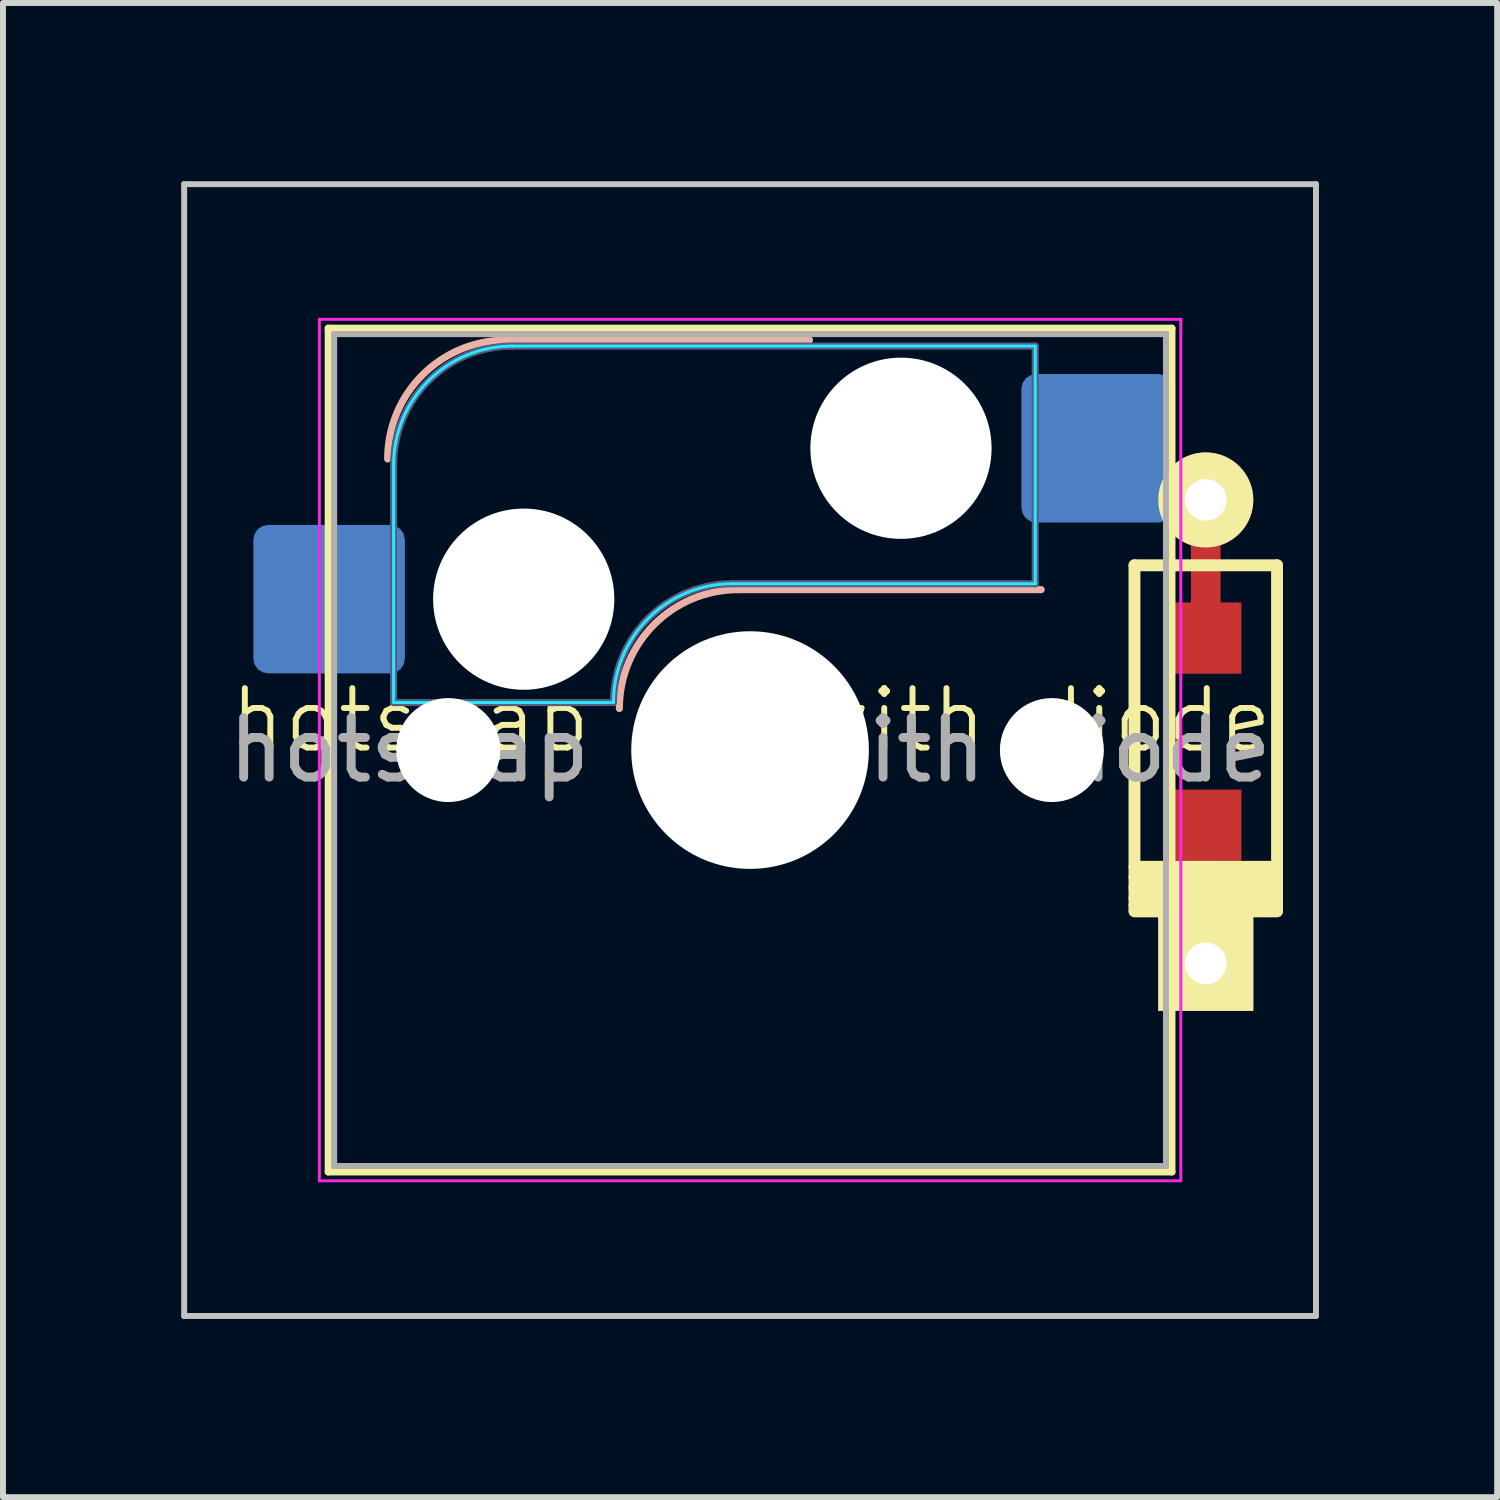
<source format=kicad_pcb>
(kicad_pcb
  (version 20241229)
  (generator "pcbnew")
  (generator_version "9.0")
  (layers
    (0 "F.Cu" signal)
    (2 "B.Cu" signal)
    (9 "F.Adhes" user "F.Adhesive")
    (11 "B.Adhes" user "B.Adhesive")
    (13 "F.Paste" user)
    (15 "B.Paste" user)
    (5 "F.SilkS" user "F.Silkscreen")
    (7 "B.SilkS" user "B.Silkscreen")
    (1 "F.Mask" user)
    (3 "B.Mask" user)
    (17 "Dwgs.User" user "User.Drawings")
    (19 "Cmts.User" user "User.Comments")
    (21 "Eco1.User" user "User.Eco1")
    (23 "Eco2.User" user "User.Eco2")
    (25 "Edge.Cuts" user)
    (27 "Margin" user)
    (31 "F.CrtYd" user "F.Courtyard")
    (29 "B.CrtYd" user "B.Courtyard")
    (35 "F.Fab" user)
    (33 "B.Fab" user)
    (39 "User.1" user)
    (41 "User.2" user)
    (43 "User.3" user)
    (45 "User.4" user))
  (footprint "hotswap mx with diode"
    (layer "F.Cu")
    (at 9.595 9.575)
    (property "Reference" "hotswap mx with diode" (at 0 -0.5 0) (unlocked yes) (layer "F.SilkS") (effects (font (size 1 1) (thickness 0.1))))
    (fp_line (start -7.12 -7.1) (end -7.12 7.1) (stroke (width 0.12) (type solid)) (layer "F.SilkS"))
    (fp_line (start -7.12 7.1) (end 7.08 7.1) (stroke (width 0.12) (type solid)) (layer "F.SilkS"))
    (fp_line (start 6.45 -3.11) (end 8.85 -3.11) (stroke (width 0.2) (type solid)) (layer "F.SilkS"))
    (fp_line (start 6.45 1.965) (end 8.85 1.965) (stroke (width 0.2) (type solid)) (layer "F.SilkS"))
    (fp_line (start 6.45 2.14) (end 8.85 2.14) (stroke (width 0.2) (type solid)) (layer "F.SilkS"))
    (fp_line (start 6.45 2.315) (end 8.85 2.315) (stroke (width 0.2) (type solid)) (layer "F.SilkS"))
    (fp_line (start 6.45 2.49) (end 8.85 2.49) (stroke (width 0.2) (type solid)) (layer "F.SilkS"))
    (fp_line (start 6.45 2.615) (end 8.85 2.615) (stroke (width 0.2) (type solid)) (layer "F.SilkS"))
    (fp_line (start 6.45 2.69) (end 6.45 -3.11) (stroke (width 0.2) (type solid)) (layer "F.SilkS"))
    (fp_line (start 7.08 -7.1) (end -7.12 -7.1) (stroke (width 0.12) (type solid)) (layer "F.SilkS"))
    (fp_line (start 7.08 7.1) (end 7.08 -7.1) (stroke (width 0.12) (type solid)) (layer "F.SilkS"))
    (fp_line (start 8.85 -3.11) (end 8.85 2.69) (stroke (width 0.2) (type solid)) (layer "F.SilkS"))
    (fp_line (start 8.85 2.715) (end 6.45 2.715) (stroke (width 0.2) (type solid)) (layer "F.SilkS"))
    (fp_line (start -4.12 -6.9) (end 0.98 -6.9) (stroke (width 0.12) (type solid)) (layer "B.SilkS"))
    (fp_line (start -0.22 -2.7) (end 4.88 -2.7) (stroke (width 0.12) (type solid)) (layer "B.SilkS"))
    (fp_arc (start -6.12 -4.9) (mid -5.534214 -6.314214) (end -4.12 -6.9) (stroke (width 0.12) (type solid)) (layer "B.SilkS"))
    (fp_arc (start -2.22 -0.7) (mid -1.634214 -2.114214) (end -0.22 -2.7) (stroke (width 0.12) (type solid)) (layer "B.SilkS"))
    (fp_line (start -9.545 -9.525) (end -9.545 9.525) (stroke (width 0.1) (type solid)) (layer "Dwgs.User"))
    (fp_line (start -9.545 9.525) (end 9.505 9.525) (stroke (width 0.1) (type solid)) (layer "Dwgs.User"))
    (fp_line (start 9.505 -9.525) (end -9.545 -9.525) (stroke (width 0.1) (type solid)) (layer "Dwgs.User"))
    (fp_line (start 9.505 9.525) (end 9.505 -9.525) (stroke (width 0.1) (type solid)) (layer "Dwgs.User"))
    (fp_line (start -7.82 -6) (end -7.02 -6) (stroke (width 0.1) (type solid)) (layer "Eco1.User"))
    (fp_line (start -7.82 -2.9) (end -7.82 -6) (stroke (width 0.1) (type solid)) (layer "Eco1.User"))
    (fp_line (start -7.82 2.9) (end -7.02 2.9) (stroke (width 0.1) (type solid)) (layer "Eco1.User"))
    (fp_line (start -7.82 6) (end -7.82 2.9) (stroke (width 0.1) (type solid)) (layer "Eco1.User"))
    (fp_line (start -7.02 -7) (end 6.98 -7) (stroke (width 0.1) (type solid)) (layer "Eco1.User"))
    (fp_line (start -7.02 -6) (end -7.02 -7) (stroke (width 0.1) (type solid)) (layer "Eco1.User"))
    (fp_line (start -7.02 -2.9) (end -7.82 -2.9) (stroke (width 0.1) (type solid)) (layer "Eco1.User"))
    (fp_line (start -7.02 2.9) (end -7.02 -2.9) (stroke (width 0.1) (type solid)) (layer "Eco1.User"))
    (fp_line (start -7.02 6) (end -7.82 6) (stroke (width 0.1) (type solid)) (layer "Eco1.User"))
    (fp_line (start -7.02 7) (end -7.02 6) (stroke (width 0.1) (type solid)) (layer "Eco1.User"))
    (fp_line (start 6.98 -7) (end 6.98 -6) (stroke (width 0.1) (type solid)) (layer "Eco1.User"))
    (fp_line (start 6.98 -6) (end 7.78 -6) (stroke (width 0.1) (type solid)) (layer "Eco1.User"))
    (fp_line (start 6.98 -2.9) (end 6.98 2.9) (stroke (width 0.1) (type solid)) (layer "Eco1.User"))
    (fp_line (start 6.98 2.9) (end 7.78 2.9) (stroke (width 0.1) (type solid)) (layer "Eco1.User"))
    (fp_line (start 6.98 6) (end 6.98 7) (stroke (width 0.1) (type solid)) (layer "Eco1.User"))
    (fp_line (start 6.98 7) (end -7.02 7) (stroke (width 0.1) (type solid)) (layer "Eco1.User"))
    (fp_line (start 7.78 -6) (end 7.78 -2.9) (stroke (width 0.1) (type solid)) (layer "Eco1.User"))
    (fp_line (start 7.78 -2.9) (end 6.98 -2.9) (stroke (width 0.1) (type solid)) (layer "Eco1.User"))
    (fp_line (start 7.78 2.9) (end 7.78 6) (stroke (width 0.1) (type solid)) (layer "Eco1.User"))
    (fp_line (start 7.78 6) (end 6.98 6) (stroke (width 0.1) (type solid)) (layer "Eco1.User"))
    (fp_line (start -6.02 -0.8) (end -6.02 -4.8) (stroke (width 0.05) (type solid)) (layer "B.CrtYd"))
    (fp_line (start -6.02 -0.8) (end -2.32 -0.8) (stroke (width 0.05) (type solid)) (layer "B.CrtYd"))
    (fp_line (start -4.02 -6.8) (end 4.78 -6.8) (stroke (width 0.05) (type solid)) (layer "B.CrtYd"))
    (fp_line (start -0.32 -2.8) (end 4.78 -2.8) (stroke (width 0.05) (type solid)) (layer "B.CrtYd"))
    (fp_line (start 4.78 -6.8) (end 4.78 -2.8) (stroke (width 0.05) (type solid)) (layer "B.CrtYd"))
    (fp_arc (start -6.02 -4.8) (mid -5.434214 -6.214214) (end -4.02 -6.8) (stroke (width 0.05) (type solid)) (layer "B.CrtYd"))
    (fp_arc (start -2.32 -0.8) (mid -1.734214 -2.214214) (end -0.32 -2.8) (stroke (width 0.05) (type solid)) (layer "B.CrtYd"))
    (fp_line (start -7.27 -7.25) (end -7.27 7.25) (stroke (width 0.05) (type solid)) (layer "F.CrtYd"))
    (fp_line (start -7.27 7.25) (end 7.23 7.25) (stroke (width 0.05) (type solid)) (layer "F.CrtYd"))
    (fp_line (start 7.23 -7.25) (end -7.27 -7.25) (stroke (width 0.05) (type solid)) (layer "F.CrtYd"))
    (fp_line (start 7.23 7.25) (end 7.23 -7.25) (stroke (width 0.05) (type solid)) (layer "F.CrtYd"))
    (fp_line (start -6.02 -0.8) (end -6.02 -4.8) (stroke (width 0.12) (type solid)) (layer "B.Fab"))
    (fp_line (start -6.02 -0.8) (end -2.32 -0.8) (stroke (width 0.12) (type solid)) (layer "B.Fab"))
    (fp_line (start -4.02 -6.8) (end 4.78 -6.8) (stroke (width 0.12) (type solid)) (layer "B.Fab"))
    (fp_line (start -0.32 -2.8) (end 4.78 -2.8) (stroke (width 0.12) (type solid)) (layer "B.Fab"))
    (fp_line (start 4.78 -6.8) (end 4.78 -2.8) (stroke (width 0.12) (type solid)) (layer "B.Fab"))
    (fp_arc (start -6.02 -4.8) (mid -5.434214 -6.214214) (end -4.02 -6.8) (stroke (width 0.12) (type solid)) (layer "B.Fab"))
    (fp_arc (start -2.32 -0.8) (mid -1.734214 -2.214214) (end -0.32 -2.8) (stroke (width 0.12) (type solid)) (layer "B.Fab"))
    (fp_line (start -7.02 -7) (end -7.02 7) (stroke (width 0.1) (type solid)) (layer "F.Fab"))
    (fp_line (start -7.02 7) (end 6.98 7) (stroke (width 0.1) (type solid)) (layer "F.Fab"))
    (fp_line (start 6.98 -7) (end -7.02 -7) (stroke (width 0.1) (type solid)) (layer "F.Fab"))
    (fp_line (start 6.98 7) (end 6.98 -7) (stroke (width 0.1) (type solid)) (layer "F.Fab"))
    (fp_text user "${REFERENCE}" (at -0.02 0 0) (layer "F.Fab") (effects (font (size 1 1) (thickness 0.15))))
    (pad "" np_thru_hole circle (at -5.1 0) (size 1.75 1.75) (drill 1.75) (layers "*.Cu" "*.Mask"))
    (pad "" np_thru_hole circle (at -3.83 -2.54) (size 3.05 3.05) (drill 3.05) (layers "*.Cu" "*.Mask"))
    (pad "" np_thru_hole circle (at -0.02 0) (size 4 4) (drill 4) (layers "*.Cu" "*.Mask"))
    (pad "" np_thru_hole circle (at 2.52 -5.08) (size 3.05 3.05) (drill 3.05) (layers "*.Cu" "*.Mask"))
    (pad "" np_thru_hole circle (at 5.06 0) (size 1.75 1.75) (drill 1.75) (layers "*.Cu" "*.Mask"))
    (pad "1" smd roundrect (at -7.105 -2.54) (size 2.55 2.5) (layers "B.Cu" "B.Mask" "B.Paste") (roundrect_rratio 0.1))
    (pad "1" smd rect (at 7.65 1.265 90) (size 1.2 1.2) (layers "F.Cu" "F.Mask" "F.Paste"))
    (pad "1" smd rect (at 7.65 2.39 90) (size 2.5 0.5) (layers "F.Cu"))
    (pad "1" thru_hole rect (at 7.65 3.59 90) (size 1.6 1.6) (drill 0.7) (layers "*.Cu" "*.Mask" "F.SilkS"))
    (pad "2" smd roundrect (at 5.822 -5.08) (size 2.55 2.5) (layers "B.Cu" "B.Mask" "B.Paste") (roundrect_rratio 0.1))
    (pad "2" thru_hole circle (at 7.65 -4.21 90) (size 1.6 1.6) (drill 0.7) (layers "*.Cu" "*.Mask" "F.SilkS"))
    (pad "2" smd rect (at 7.65 -3.01 90) (size 2.5 0.5) (layers "F.Cu"))
    (pad "2" smd rect (at 7.65 -1.885 90) (size 1.2 1.2) (layers "F.Cu" "F.Mask" "F.Paste")))
  (gr_rect
    (start -3 -3)
    (end 22.15 22.15)
    (stroke (width 0.1) (type default))
    (fill no)
    (layer "Edge.Cuts")))
</source>
